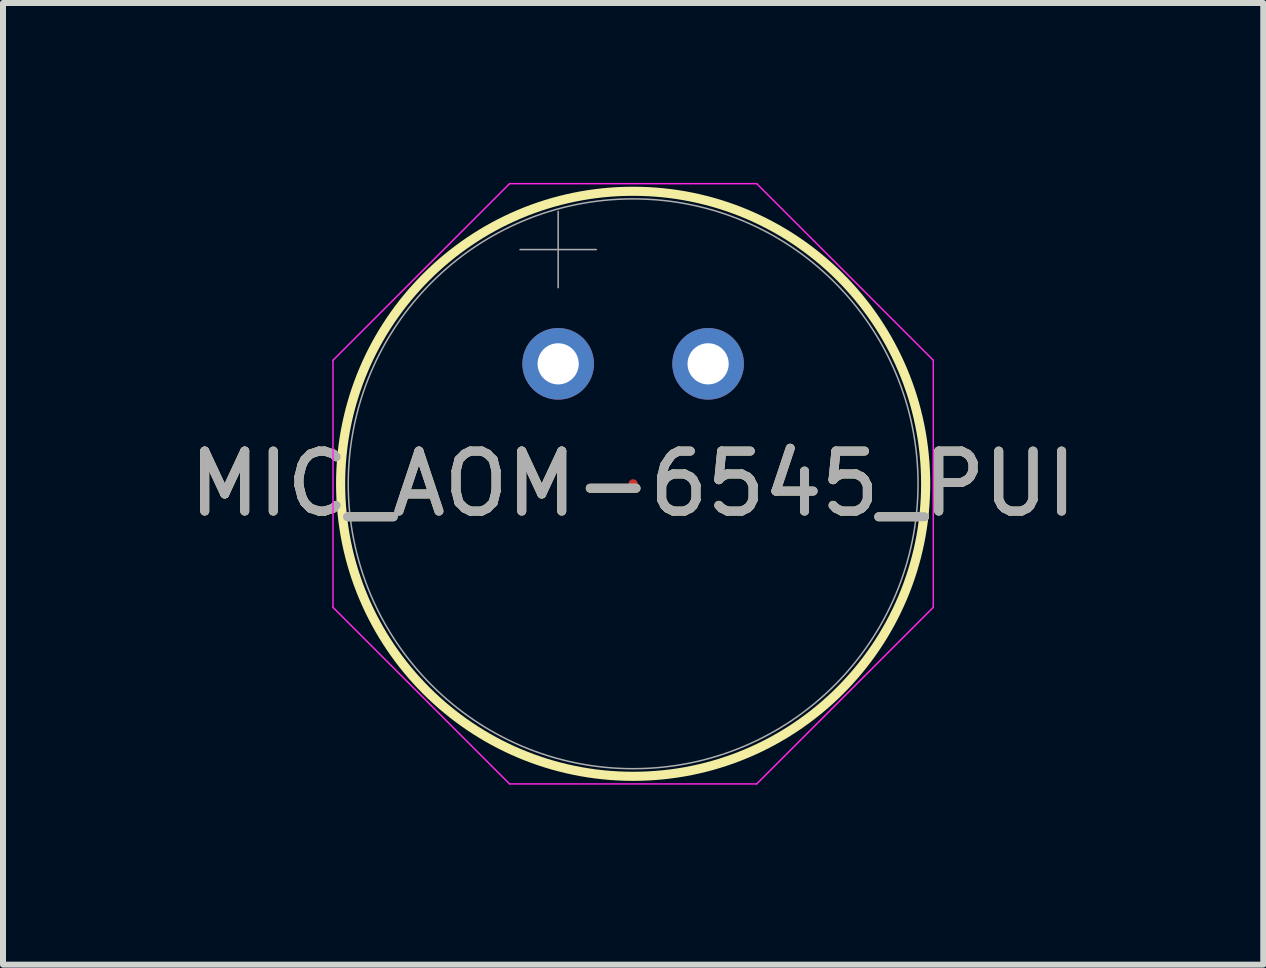
<source format=kicad_pcb>
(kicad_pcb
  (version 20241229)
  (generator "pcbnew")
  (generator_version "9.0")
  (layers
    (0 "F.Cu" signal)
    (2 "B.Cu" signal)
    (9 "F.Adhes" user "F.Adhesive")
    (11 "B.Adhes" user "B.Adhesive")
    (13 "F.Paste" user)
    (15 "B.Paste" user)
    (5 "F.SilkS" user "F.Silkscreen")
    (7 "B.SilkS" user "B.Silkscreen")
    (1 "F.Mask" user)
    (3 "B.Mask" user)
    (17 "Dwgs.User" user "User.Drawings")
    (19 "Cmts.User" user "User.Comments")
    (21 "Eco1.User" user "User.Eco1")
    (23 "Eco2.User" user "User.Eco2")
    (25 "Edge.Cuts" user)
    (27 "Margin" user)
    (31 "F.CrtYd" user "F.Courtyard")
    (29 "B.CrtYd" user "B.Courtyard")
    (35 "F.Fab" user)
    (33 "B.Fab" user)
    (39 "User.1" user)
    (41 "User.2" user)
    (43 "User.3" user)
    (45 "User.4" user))
  (footprint "MIC_AOM-6545_PUI"
    (layer "F.Cu")
    (at 7.506 5.016)
    (property "Reference" "MIC_AOM-6545_PUI" (at 0 0 0) (unlocked yes) (layer "F.SilkS") (effects (font (size 1 1) (thickness 0.15))))
    (attr through_hole)
    (fp_line (start 0 0) (end 0 0) (stroke (width 0.152) (type solid)) (layer "F.Cu"))
    (fp_circle (center 0 0) (end 4.877 0) (stroke (width 0.152) (type solid)) (fill no) (layer "F.SilkS"))
    (fp_line (start -5.004 -2.06) (end -2.06 -5.004) (stroke (width 0.025) (type solid)) (layer "F.CrtYd"))
    (fp_line (start -5.004 2.06) (end -5.004 -2.06) (stroke (width 0.025) (type solid)) (layer "F.CrtYd"))
    (fp_line (start -2.06 -5.004) (end 2.06 -5.004) (stroke (width 0.025) (type solid)) (layer "F.CrtYd"))
    (fp_line (start -2.06 5.004) (end -5.004 2.06) (stroke (width 0.025) (type solid)) (layer "F.CrtYd"))
    (fp_line (start 2.06 -5.004) (end 5.004 -2.06) (stroke (width 0.025) (type solid)) (layer "F.CrtYd"))
    (fp_line (start 2.06 5.004) (end -2.06 5.004) (stroke (width 0.025) (type solid)) (layer "F.CrtYd"))
    (fp_line (start 5.004 -2.06) (end 5.004 2.06) (stroke (width 0.025) (type solid)) (layer "F.CrtYd"))
    (fp_line (start 5.004 2.06) (end 2.06 5.004) (stroke (width 0.025) (type solid)) (layer "F.CrtYd"))
    (fp_line (start -1.885 -3.905) (end -0.615 -3.905) (stroke (width 0.025) (type solid)) (layer "F.Fab"))
    (fp_line (start -1.25 -3.27) (end -1.25 -4.54) (stroke (width 0.025) (type solid)) (layer "F.Fab"))
    (fp_circle (center 0 0) (end 4.75 0) (stroke (width 0.025) (type solid)) (fill no) (layer "F.Fab"))
    (fp_text user "${REFERENCE}" (at 0 0 0) (unlocked yes) (layer "F.Fab") (effects (font (size 1 1) (thickness 0.15))))
    (pad "1" thru_hole circle (at -1.25 -2) (size 1.194 1.194) (drill 0.686) (layers "*.Cu" "*.Mask"))
    (pad "2" thru_hole circle (at 1.25 -2) (size 1.194 1.194) (drill 0.686) (layers "*.Cu" "*.Mask")))
  (gr_rect
    (start -3 -3)
    (end 18.012 13.033)
    (stroke (width 0.1) (type default))
    (fill no)
    (layer "Edge.Cuts")))
</source>
